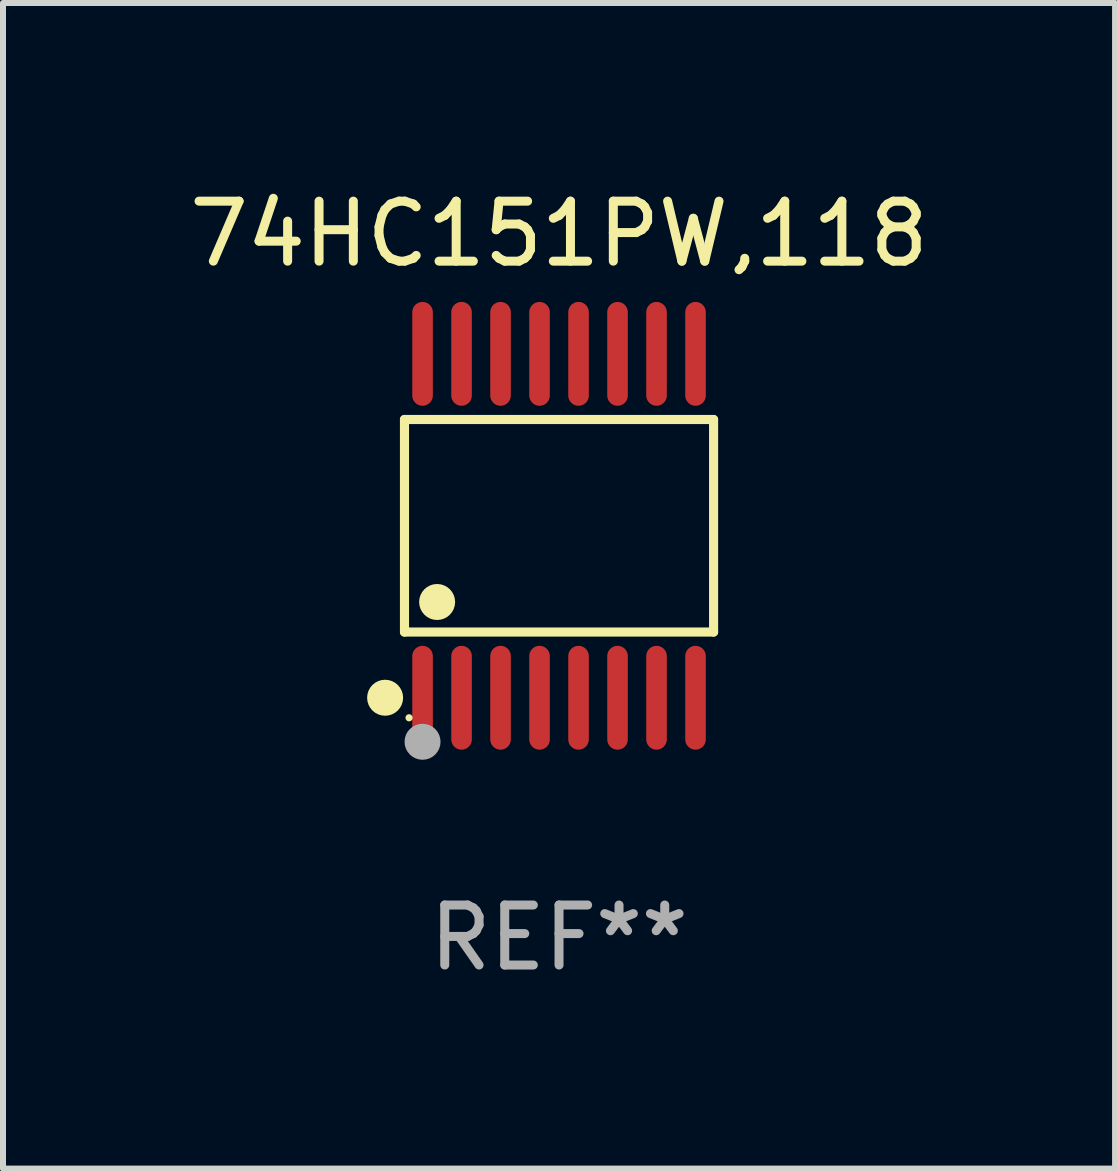
<source format=kicad_pcb>
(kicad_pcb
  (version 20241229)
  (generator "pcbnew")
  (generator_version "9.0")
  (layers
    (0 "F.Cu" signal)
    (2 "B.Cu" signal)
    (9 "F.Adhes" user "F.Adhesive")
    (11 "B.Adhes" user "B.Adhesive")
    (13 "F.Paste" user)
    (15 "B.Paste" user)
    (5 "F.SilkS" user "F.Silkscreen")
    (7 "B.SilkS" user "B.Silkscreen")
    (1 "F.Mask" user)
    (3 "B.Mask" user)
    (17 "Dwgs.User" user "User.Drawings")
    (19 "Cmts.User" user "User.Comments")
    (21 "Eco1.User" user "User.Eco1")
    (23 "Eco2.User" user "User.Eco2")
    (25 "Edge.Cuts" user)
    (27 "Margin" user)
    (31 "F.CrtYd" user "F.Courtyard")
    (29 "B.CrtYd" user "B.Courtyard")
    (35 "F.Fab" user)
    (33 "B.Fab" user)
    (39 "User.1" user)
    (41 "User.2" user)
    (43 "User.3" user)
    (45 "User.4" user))
  (footprint "74HC151PW,118"
    (layer "F.Cu")
    (at 6.268 5.714)
    (property "Reference" "74HC151PW,118" (at 0 -4.866 0) (layer "F.SilkS") (effects (font (size 1 1) (thickness 0.15))))
    (attr through_hole)
    (fp_line (start -2.576 -1.772) (end 2.576 -1.772) (stroke (width 0.152) (type solid)) (layer "F.SilkS"))
    (fp_line (start -2.576 1.771) (end -2.576 -1.772) (stroke (width 0.152) (type solid)) (layer "F.SilkS"))
    (fp_line (start 2.576 -1.772) (end 2.576 1.771) (stroke (width 0.152) (type solid)) (layer "F.SilkS"))
    (fp_line (start 2.576 1.771) (end -2.576 1.771) (stroke (width 0.152) (type solid)) (layer "F.SilkS"))
    (fp_circle (center -2.899 2.866) (end -2.749 2.866) (stroke (width 0.3) (type solid)) (fill no) (layer "F.SilkS"))
    (fp_circle (center -2.5 3.2) (end -2.47 3.2) (stroke (width 0.06) (type solid)) (fill no) (layer "F.SilkS"))
    (fp_circle (center -2.032 1.27) (end -1.882 1.27) (stroke (width 0.3) (type solid)) (fill no) (layer "F.SilkS"))
    (fp_circle (center -2.275 3.6) (end -2.125 3.6) (stroke (width 0.3) (type solid)) (fill no) (layer "F.Fab"))
    (fp_text user "REF**" (at 0 6.866 0) (layer "F.Fab") (effects (font (size 1 1) (thickness 0.15))))
    (pad "1" smd oval (at -2.275 2.866) (size 0.343 1.731) (layers "F.Cu" "F.Mask" "F.Paste"))
    (pad "2" smd oval (at -1.625 2.866) (size 0.343 1.731) (layers "F.Cu" "F.Mask" "F.Paste"))
    (pad "3" smd oval (at -0.975 2.866) (size 0.343 1.731) (layers "F.Cu" "F.Mask" "F.Paste"))
    (pad "4" smd oval (at -0.325 2.866) (size 0.343 1.731) (layers "F.Cu" "F.Mask" "F.Paste"))
    (pad "5" smd oval (at 0.325 2.866) (size 0.343 1.731) (layers "F.Cu" "F.Mask" "F.Paste"))
    (pad "6" smd oval (at 0.975 2.866) (size 0.343 1.731) (layers "F.Cu" "F.Mask" "F.Paste"))
    (pad "7" smd oval (at 1.625 2.866) (size 0.343 1.731) (layers "F.Cu" "F.Mask" "F.Paste"))
    (pad "8" smd oval (at 2.275 2.866) (size 0.343 1.731) (layers "F.Cu" "F.Mask" "F.Paste"))
    (pad "9" smd oval (at 2.275 -2.866) (size 0.343 1.731) (layers "F.Cu" "F.Mask" "F.Paste"))
    (pad "10" smd oval (at 1.625 -2.866) (size 0.343 1.731) (layers "F.Cu" "F.Mask" "F.Paste"))
    (pad "11" smd oval (at 0.975 -2.866) (size 0.343 1.731) (layers "F.Cu" "F.Mask" "F.Paste"))
    (pad "12" smd oval (at 0.325 -2.866) (size 0.343 1.731) (layers "F.Cu" "F.Mask" "F.Paste"))
    (pad "13" smd oval (at -0.325 -2.866) (size 0.343 1.731) (layers "F.Cu" "F.Mask" "F.Paste"))
    (pad "14" smd oval (at -0.975 -2.866) (size 0.343 1.731) (layers "F.Cu" "F.Mask" "F.Paste"))
    (pad "15" smd oval (at -1.625 -2.866) (size 0.343 1.731) (layers "F.Cu" "F.Mask" "F.Paste"))
    (pad "16" smd oval (at -2.275 -2.866) (size 0.343 1.731) (layers "F.Cu" "F.Mask" "F.Paste")))
  (gr_rect
    (start -3 -3)
    (end 15.536 16.428)
    (stroke (width 0.1) (type default))
    (fill no)
    (layer "Edge.Cuts")))
</source>
